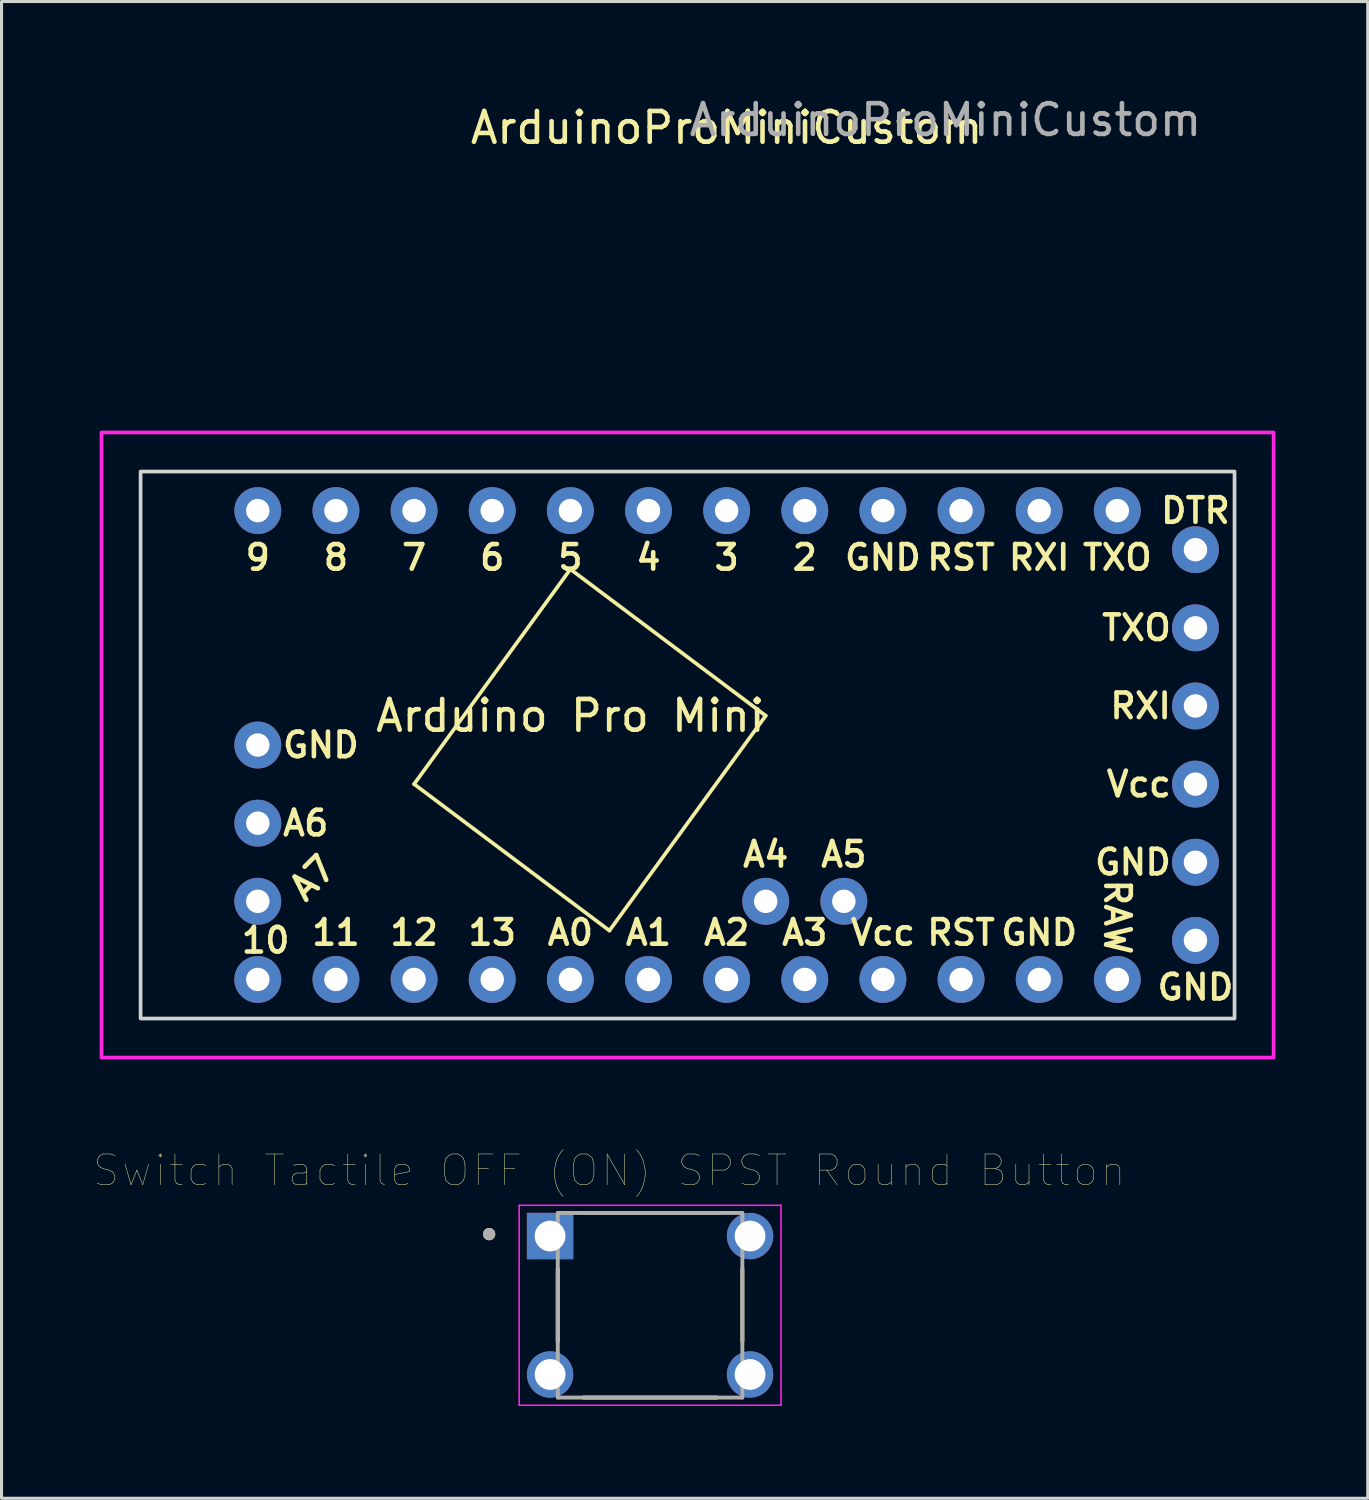
<source format=kicad_pcb>
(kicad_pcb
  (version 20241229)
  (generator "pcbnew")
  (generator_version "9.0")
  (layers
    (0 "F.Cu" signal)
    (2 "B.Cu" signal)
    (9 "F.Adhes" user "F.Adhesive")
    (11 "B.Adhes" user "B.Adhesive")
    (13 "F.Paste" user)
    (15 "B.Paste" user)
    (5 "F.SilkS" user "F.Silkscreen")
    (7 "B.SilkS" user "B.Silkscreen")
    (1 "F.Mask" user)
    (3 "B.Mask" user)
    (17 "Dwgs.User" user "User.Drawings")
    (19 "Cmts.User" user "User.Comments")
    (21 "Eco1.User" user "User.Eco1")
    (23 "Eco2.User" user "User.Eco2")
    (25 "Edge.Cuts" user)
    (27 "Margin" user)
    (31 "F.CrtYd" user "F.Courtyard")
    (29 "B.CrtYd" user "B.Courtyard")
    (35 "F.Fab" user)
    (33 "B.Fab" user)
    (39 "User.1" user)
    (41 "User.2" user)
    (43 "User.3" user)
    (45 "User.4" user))
  (footprint "ArduinoProMiniCustom"
    (layer "F.Cu")
    (at 0.25 11.008)
    (property "Reference" "ArduinoProMiniCustom" (at 20.32 -9.906 0) (unlocked yes) (layer "F.SilkS") (effects (font (size 1 1) (thickness 0.15))))
    (fp_line (start 10.16 11.43) (end 15.24 4.445) (stroke (width 0.12) (type solid)) (layer "F.SilkS"))
    (fp_line (start 16.51 16.192) (end 10.16 11.43) (stroke (width 0.12) (type solid)) (layer "F.SilkS"))
    (fp_line (start 16.51 16.192) (end 21.59 9.207) (stroke (width 0.12) (type solid)) (layer "F.SilkS"))
    (fp_line (start 21.59 9.207) (end 15.24 4.445) (stroke (width 0.12) (type solid)) (layer "F.SilkS"))
    (fp_rect (start 1.27 1.27) (end 36.83 19.05) (stroke (width 0.12) (type solid)) (fill no) (layer "Edge.Cuts"))
    (fp_rect (start 0 0) (end 38.1 20.32) (stroke (width 0.12) (type solid)) (fill no) (layer "F.CrtYd"))
    (fp_text user "RAW" (at 33.02 15.748 270) (unlocked yes) (layer "F.SilkS") (effects (font (size 0.8 0.8) (thickness 0.15))))
    (fp_text user "2" (at 22.86 4.064 0) (unlocked yes) (layer "F.SilkS") (effects (font (size 0.8 0.8) (thickness 0.15))))
    (fp_text user "13" (at 12.7 16.256 0) (unlocked yes) (layer "F.SilkS") (effects (font (size 0.8 0.8) (thickness 0.15))))
    (fp_text user "Vcc" (at 25.4 16.256 0) (unlocked yes) (layer "F.SilkS") (effects (font (size 0.8 0.8) (thickness 0.15))))
    (fp_text user "A1" (at 17.78 16.256 0) (unlocked yes) (layer "F.SilkS") (effects (font (size 0.8 0.8) (thickness 0.15))))
    (fp_text user "5" (at 15.24 4.064 0) (unlocked yes) (layer "F.SilkS") (effects (font (size 0.8 0.8) (thickness 0.15))))
    (fp_text user "A3" (at 22.86 16.256 0) (unlocked yes) (layer "F.SilkS") (effects (font (size 0.8 0.8) (thickness 0.15))))
    (fp_text user "TXO" (at 33.642 6.35 0) (unlocked yes) (layer "F.SilkS") (effects (font (size 0.8 0.8) (thickness 0.15))))
    (fp_text user "A4" (at 21.59 13.716 0) (unlocked yes) (layer "F.SilkS") (effects (font (size 0.8 0.8) (thickness 0.15))))
    (fp_text user "GND" (at 35.56 18.034 0) (unlocked yes) (layer "F.SilkS") (effects (font (size 0.8 0.8) (thickness 0.15))))
    (fp_text user "Arduino Pro Mini" (at 15.24 9.207 0) (unlocked yes) (layer "F.SilkS") (effects (font (size 1 1) (thickness 0.15))))
    (fp_text user "A6" (at 6.637 12.7 0) (unlocked yes) (layer "F.SilkS") (effects (font (size 0.8 0.8) (thickness 0.15))))
    (fp_text user "11" (at 7.62 16.256 0) (unlocked yes) (layer "F.SilkS") (effects (font (size 0.8 0.8) (thickness 0.15))))
    (fp_text user "A5" (at 24.13 13.716 0) (unlocked yes) (layer "F.SilkS") (effects (font (size 0.8 0.8) (thickness 0.15))))
    (fp_text user "RST" (at 27.94 16.256 0) (unlocked yes) (layer "F.SilkS") (effects (font (size 0.8 0.8) (thickness 0.15))))
    (fp_text user "RXI" (at 33.776 8.89 0) (unlocked yes) (layer "F.SilkS") (effects (font (size 0.8 0.8) (thickness 0.15))))
    (fp_text user "8" (at 7.62 4.064 0) (unlocked yes) (layer "F.SilkS") (effects (font (size 0.8 0.8) (thickness 0.15))))
    (fp_text user "GND" (at 25.4 4.064 0) (unlocked yes) (layer "F.SilkS") (effects (font (size 0.8 0.8) (thickness 0.15))))
    (fp_text user "10" (at 5.334 16.51 0) (unlocked yes) (layer "F.SilkS") (effects (font (size 0.8 0.8) (thickness 0.15))))
    (fp_text user "7" (at 10.16 4.064 0) (unlocked yes) (layer "F.SilkS") (effects (font (size 0.8 0.8) (thickness 0.15))))
    (fp_text user "TXO" (at 33.02 4.064 0) (unlocked yes) (layer "F.SilkS") (effects (font (size 0.8 0.8) (thickness 0.15))))
    (fp_text user "GND" (at 33.528 13.97 0) (unlocked yes) (layer "F.SilkS") (effects (font (size 0.8 0.8) (thickness 0.15))))
    (fp_text user "GND" (at 7.132 10.16 0) (unlocked yes) (layer "F.SilkS") (effects (font (size 0.8 0.8) (thickness 0.15))))
    (fp_text user "4" (at 17.78 4.064 0) (unlocked yes) (layer "F.SilkS") (effects (font (size 0.8 0.8) (thickness 0.15))))
    (fp_text user "A0" (at 15.24 16.256 0) (unlocked yes) (layer "F.SilkS") (effects (font (size 0.8 0.8) (thickness 0.15))))
    (fp_text user "RST" (at 27.94 4.064 0) (unlocked yes) (layer "F.SilkS") (effects (font (size 0.8 0.8) (thickness 0.15))))
    (fp_text user "3" (at 20.32 4.064 0) (unlocked yes) (layer "F.SilkS") (effects (font (size 0.8 0.8) (thickness 0.15))))
    (fp_text user "RXI" (at 30.48 4.064 0) (unlocked yes) (layer "F.SilkS") (effects (font (size 0.8 0.8) (thickness 0.15))))
    (fp_text user "12" (at 10.16 16.256 0) (unlocked yes) (layer "F.SilkS") (effects (font (size 0.8 0.8) (thickness 0.15))))
    (fp_text user "Vcc" (at 33.718 11.43 0) (unlocked yes) (layer "F.SilkS") (effects (font (size 0.8 0.8) (thickness 0.15))))
    (fp_text user "A2" (at 20.32 16.256 0) (unlocked yes) (layer "F.SilkS") (effects (font (size 0.8 0.8) (thickness 0.15))))
    (fp_text user "DTR" (at 35.56 2.54 0) (unlocked yes) (layer "F.SilkS") (effects (font (size 0.8 0.8) (thickness 0.15))))
    (fp_text user "6" (at 12.7 4.064 0) (unlocked yes) (layer "F.SilkS") (effects (font (size 0.8 0.8) (thickness 0.15))))
    (fp_text user "9" (at 5.08 4.064 0) (unlocked yes) (layer "F.SilkS") (effects (font (size 0.8 0.8) (thickness 0.15))))
    (fp_text user "GND" (at 30.48 16.256 0) (unlocked yes) (layer "F.SilkS") (effects (font (size 0.8 0.8) (thickness 0.15))))
    (fp_text user "A7" (at 6.858 14.478 45) (unlocked yes) (layer "F.SilkS") (effects (font (size 0.8 0.8) (thickness 0.15))))
    (fp_text user "${REFERENCE}" (at 27.432 -10.16 0) (unlocked yes) (layer "F.Fab") (effects (font (size 1 1) (thickness 0.15))))
    (pad "0" thru_hole circle (at 33.02 2.54) (size 1.524 1.524) (drill 0.762) (layers "*.Cu" "*.Mask"))
    (pad "1" thru_hole circle (at 30.48 2.54) (size 1.524 1.524) (drill 0.762) (layers "*.Cu" "*.Mask"))
    (pad "2" thru_hole circle (at 27.94 2.54) (size 1.524 1.524) (drill 0.762) (layers "*.Cu" "*.Mask"))
    (pad "3" thru_hole circle (at 25.4 2.54) (size 1.524 1.524) (drill 0.762) (layers "*.Cu" "*.Mask"))
    (pad "4" thru_hole circle (at 22.86 2.54) (size 1.524 1.524) (drill 0.762) (layers "*.Cu" "*.Mask"))
    (pad "5" thru_hole circle (at 20.32 2.54) (size 1.524 1.524) (drill 0.762) (layers "*.Cu" "*.Mask"))
    (pad "6" thru_hole circle (at 17.78 2.54) (size 1.524 1.524) (drill 0.762) (layers "*.Cu" "*.Mask"))
    (pad "7" thru_hole circle (at 15.24 2.54) (size 1.524 1.524) (drill 0.762) (layers "*.Cu" "*.Mask"))
    (pad "8" thru_hole circle (at 12.7 2.54) (size 1.524 1.524) (drill 0.762) (layers "*.Cu" "*.Mask"))
    (pad "9" thru_hole circle (at 10.16 2.54) (size 1.524 1.524) (drill 0.762) (layers "*.Cu" "*.Mask"))
    (pad "10" thru_hole circle (at 7.62 2.54) (size 1.524 1.524) (drill 0.762) (layers "*.Cu" "*.Mask"))
    (pad "11" thru_hole circle (at 5.08 2.54) (size 1.524 1.524) (drill 0.762) (layers "*.Cu" "*.Mask"))
    (pad "12" thru_hole circle (at 5.08 10.16) (size 1.524 1.524) (drill 0.762) (layers "*.Cu" "*.Mask"))
    (pad "13" thru_hole circle (at 5.08 12.7) (size 1.524 1.524) (drill 0.762) (layers "*.Cu" "*.Mask"))
    (pad "14" thru_hole circle (at 5.08 15.24) (size 1.524 1.524) (drill 0.762) (layers "*.Cu" "*.Mask"))
    (pad "15" thru_hole circle (at 5.08 17.78) (size 1.524 1.524) (drill 0.762) (layers "*.Cu" "*.Mask"))
    (pad "16" thru_hole circle (at 7.62 17.78) (size 1.524 1.524) (drill 0.762) (layers "*.Cu" "*.Mask"))
    (pad "17" thru_hole circle (at 10.16 17.78) (size 1.524 1.524) (drill 0.762) (layers "*.Cu" "*.Mask"))
    (pad "18" thru_hole circle (at 12.7 17.78) (size 1.524 1.524) (drill 0.762) (layers "*.Cu" "*.Mask"))
    (pad "19" thru_hole circle (at 15.24 17.78) (size 1.524 1.524) (drill 0.762) (layers "*.Cu" "*.Mask"))
    (pad "20" thru_hole circle (at 17.78 17.78) (size 1.524 1.524) (drill 0.762) (layers "*.Cu" "*.Mask"))
    (pad "21" thru_hole circle (at 20.32 17.78) (size 1.524 1.524) (drill 0.762) (layers "*.Cu" "*.Mask"))
    (pad "22" thru_hole circle (at 22.86 17.78) (size 1.524 1.524) (drill 0.762) (layers "*.Cu" "*.Mask"))
    (pad "23" thru_hole circle (at 25.4 17.78) (size 1.524 1.524) (drill 0.762) (layers "*.Cu" "*.Mask"))
    (pad "24" thru_hole circle (at 27.94 17.78) (size 1.524 1.524) (drill 0.762) (layers "*.Cu" "*.Mask"))
    (pad "25" thru_hole circle (at 30.48 17.78) (size 1.524 1.524) (drill 0.762) (layers "*.Cu" "*.Mask"))
    (pad "26" thru_hole circle (at 33.02 17.78) (size 1.524 1.524) (drill 0.762) (layers "*.Cu" "*.Mask"))
    (pad "27" thru_hole circle (at 35.56 16.51) (size 1.524 1.524) (drill 0.762) (layers "*.Cu" "*.Mask"))
    (pad "28" thru_hole circle (at 35.56 13.97) (size 1.524 1.524) (drill 0.762) (layers "*.Cu" "*.Mask"))
    (pad "29" thru_hole circle (at 35.56 11.43) (size 1.524 1.524) (drill 0.762) (layers "*.Cu" "*.Mask"))
    (pad "30" thru_hole circle (at 35.56 8.89) (size 1.524 1.524) (drill 0.762) (layers "*.Cu" "*.Mask"))
    (pad "31" thru_hole circle (at 35.56 6.35) (size 1.524 1.524) (drill 0.762) (layers "*.Cu" "*.Mask"))
    (pad "32" thru_hole circle (at 35.56 3.81) (size 1.524 1.524) (drill 0.762) (layers "*.Cu" "*.Mask"))
    (pad "33" thru_hole circle (at 21.59 15.24) (size 1.524 1.524) (drill 0.762) (layers "*.Cu" "*.Mask"))
    (pad "34" thru_hole circle (at 24.13 15.24) (size 1.524 1.524) (drill 0.762) (layers "*.Cu" "*.Mask")))
  (footprint "Switch Tactile OFF (ON) SPST Round Button"
    (layer "F.Cu")
    (at 18.081 39.379)
    (property "Reference" "Switch Tactile OFF (ON) SPST Round Button" (at -1.325 -4.379 0) (layer "F.SilkS") (effects (font (size 1 1) (thickness 0.015))))
    (attr through_hole)
    (fp_line (start -3 1.17) (end -3 -1.17) (stroke (width 0.127) (type solid)) (layer "F.SilkS"))
    (fp_line (start -2.17 3) (end 2.17 3) (stroke (width 0.127) (type solid)) (layer "F.SilkS"))
    (fp_line (start 2.17 -3) (end -2.17 -3) (stroke (width 0.127) (type solid)) (layer "F.SilkS"))
    (fp_line (start 3 -1.17) (end 3 1.17) (stroke (width 0.127) (type solid)) (layer "F.SilkS"))
    (fp_circle (center -5.23 -2.312) (end -5.13 -2.312) (stroke (width 0.2) (type solid)) (fill no) (layer "F.SilkS"))
    (fp_line (start -4.255 -3.25) (end -4.255 3.25) (stroke (width 0.05) (type solid)) (layer "F.CrtYd"))
    (fp_line (start -4.255 3.25) (end 4.255 3.25) (stroke (width 0.05) (type solid)) (layer "F.CrtYd"))
    (fp_line (start 4.255 -3.25) (end -4.255 -3.25) (stroke (width 0.05) (type solid)) (layer "F.CrtYd"))
    (fp_line (start 4.255 3.25) (end 4.255 -3.25) (stroke (width 0.05) (type solid)) (layer "F.CrtYd"))
    (fp_line (start -3 -3) (end -3 3) (stroke (width 0.127) (type solid)) (layer "F.Fab"))
    (fp_line (start -3 3) (end 3 3) (stroke (width 0.127) (type solid)) (layer "F.Fab"))
    (fp_line (start 3 -3) (end -3 -3) (stroke (width 0.127) (type solid)) (layer "F.Fab"))
    (fp_line (start 3 3) (end 3 -3) (stroke (width 0.127) (type solid)) (layer "F.Fab"))
    (fp_circle (center -5.23 -2.312) (end -5.13 -2.312) (stroke (width 0.2) (type solid)) (fill no) (layer "F.Fab"))
    (pad "1" thru_hole rect (at -3.25 -2.25) (size 1.508 1.508) (drill 1) (layers "*.Cu" "*.Mask"))
    (pad "2" thru_hole circle (at 3.25 -2.25) (size 1.508 1.508) (drill 1) (layers "*.Cu" "*.Mask"))
    (pad "3" thru_hole circle (at -3.25 2.25) (size 1.508 1.508) (drill 1) (layers "*.Cu" "*.Mask"))
    (pad "4" thru_hole circle (at 3.25 2.25) (size 1.508 1.508) (drill 1) (layers "*.Cu" "*.Mask")))
  (gr_rect
    (start -3 -3)
    (end 41.41 45.654)
    (stroke (width 0.1) (type default))
    (fill no)
    (layer "Edge.Cuts")))
</source>
